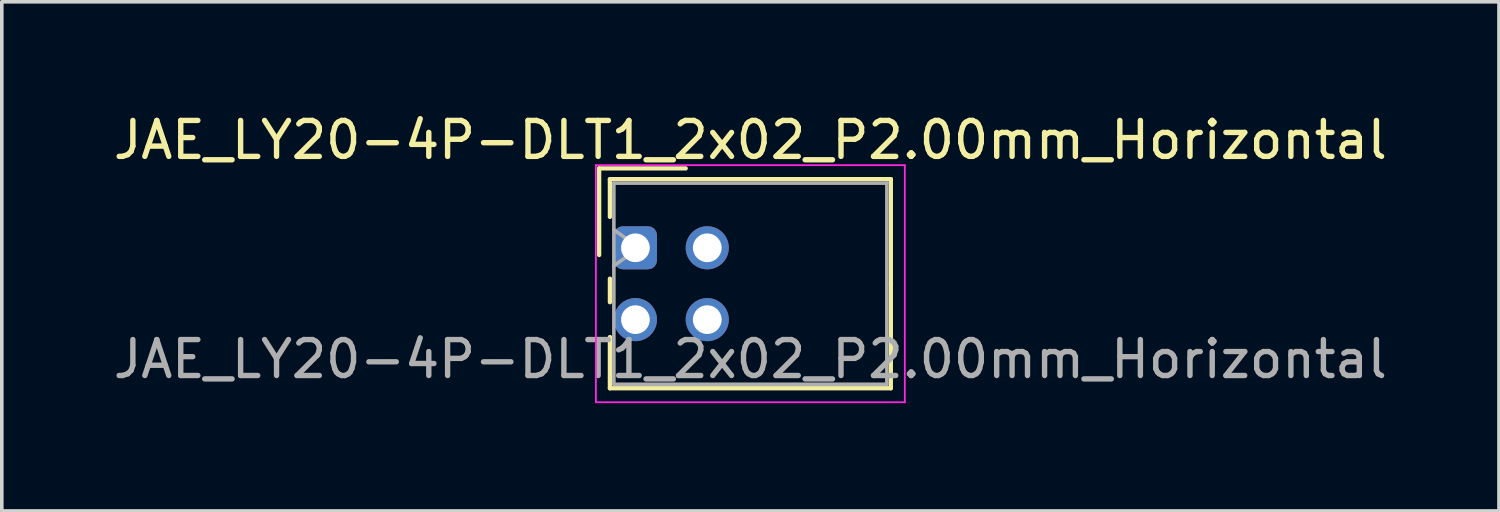
<source format=kicad_pcb>
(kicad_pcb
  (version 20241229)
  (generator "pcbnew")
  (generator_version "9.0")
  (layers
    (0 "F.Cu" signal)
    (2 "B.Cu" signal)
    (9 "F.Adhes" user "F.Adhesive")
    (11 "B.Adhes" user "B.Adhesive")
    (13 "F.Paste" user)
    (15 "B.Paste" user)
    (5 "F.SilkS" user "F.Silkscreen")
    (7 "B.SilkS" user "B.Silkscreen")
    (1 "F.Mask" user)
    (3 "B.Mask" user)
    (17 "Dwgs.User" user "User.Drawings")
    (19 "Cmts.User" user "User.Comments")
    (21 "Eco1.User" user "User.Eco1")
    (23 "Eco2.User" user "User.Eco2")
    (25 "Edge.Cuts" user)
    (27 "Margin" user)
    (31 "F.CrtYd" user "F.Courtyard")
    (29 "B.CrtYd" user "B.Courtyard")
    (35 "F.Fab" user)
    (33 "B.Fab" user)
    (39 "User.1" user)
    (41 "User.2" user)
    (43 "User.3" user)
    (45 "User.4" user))
  (footprint "JAE_LY20-4P-DLT1_2x02_P2.00mm_Horizontal"
    (layer "F.Cu")
    (at 14.639 3.848)
    (property "Reference" "JAE_LY20-4P-DLT1_2x02_P2.00mm_Horizontal" (at 3.2 -3 0) (layer "F.SilkS") (effects (font (size 1 1) (thickness 0.15))))
    (attr through_hole)
    (fp_line (start -1.01 -2.21) (end -1.01 0.2) (stroke (width 0.12) (type solid)) (layer "F.SilkS"))
    (fp_line (start -0.71 -1.91) (end -0.71 -0.86) (stroke (width 0.12) (type solid)) (layer "F.SilkS"))
    (fp_line (start -0.71 -1.91) (end 7.11 -1.91) (stroke (width 0.12) (type solid)) (layer "F.SilkS"))
    (fp_line (start -0.71 0.86) (end -0.71 1.515) (stroke (width 0.12) (type solid)) (layer "F.SilkS"))
    (fp_line (start -0.71 2.485) (end -0.71 3.91) (stroke (width 0.12) (type solid)) (layer "F.SilkS"))
    (fp_line (start -0.71 3.91) (end 7.11 3.91) (stroke (width 0.12) (type solid)) (layer "F.SilkS"))
    (fp_line (start 1.4 -2.21) (end -1.01 -2.21) (stroke (width 0.12) (type solid)) (layer "F.SilkS"))
    (fp_line (start 7.11 -1.91) (end 7.11 1) (stroke (width 0.12) (type solid)) (layer "F.SilkS"))
    (fp_line (start 7.11 3.91) (end 7.11 1) (stroke (width 0.12) (type solid)) (layer "F.SilkS"))
    (fp_line (start -1.1 -2.3) (end -1.1 4.3) (stroke (width 0.05) (type solid)) (layer "F.CrtYd"))
    (fp_line (start -1.1 4.3) (end 7.5 4.3) (stroke (width 0.05) (type solid)) (layer "F.CrtYd"))
    (fp_line (start 7.5 -2.3) (end -1.1 -2.3) (stroke (width 0.05) (type solid)) (layer "F.CrtYd"))
    (fp_line (start 7.5 4.3) (end 7.5 -2.3) (stroke (width 0.05) (type solid)) (layer "F.CrtYd"))
    (fp_line (start -0.6 -1.8) (end -0.6 3.8) (stroke (width 0.1) (type solid)) (layer "F.Fab"))
    (fp_line (start -0.6 0.5) (end 0.107 0) (stroke (width 0.1) (type solid)) (layer "F.Fab"))
    (fp_line (start -0.6 3.8) (end 7 3.8) (stroke (width 0.1) (type solid)) (layer "F.Fab"))
    (fp_line (start 0.107 0) (end -0.6 -0.5) (stroke (width 0.1) (type solid)) (layer "F.Fab"))
    (fp_line (start 7 -1.8) (end -0.6 -1.8) (stroke (width 0.1) (type solid)) (layer "F.Fab"))
    (fp_line (start 7 3.8) (end 7 -1.8) (stroke (width 0.1) (type solid)) (layer "F.Fab"))
    (fp_text user "${REFERENCE}" (at 3.2 3.1 0) (layer "F.Fab") (effects (font (size 1 1) (thickness 0.15))))
    (pad "a1" thru_hole roundrect (at 0 0) (size 1.2 1.2) (drill 0.8) (layers "*.Cu" "*.Mask") (roundrect_rratio 0.208))
    (pad "a2" thru_hole circle (at 0 2) (size 1.2 1.2) (drill 0.8) (layers "*.Cu" "*.Mask"))
    (pad "b1" thru_hole circle (at 2 0) (size 1.2 1.2) (drill 0.8) (layers "*.Cu" "*.Mask"))
    (pad "b2" thru_hole circle (at 2 2) (size 1.2 1.2) (drill 0.8) (layers "*.Cu" "*.Mask")))
  (gr_rect
    (start -3 -3)
    (end 38.679 11.173)
    (stroke (width 0.1) (type default))
    (fill no)
    (layer "Edge.Cuts")))
</source>
